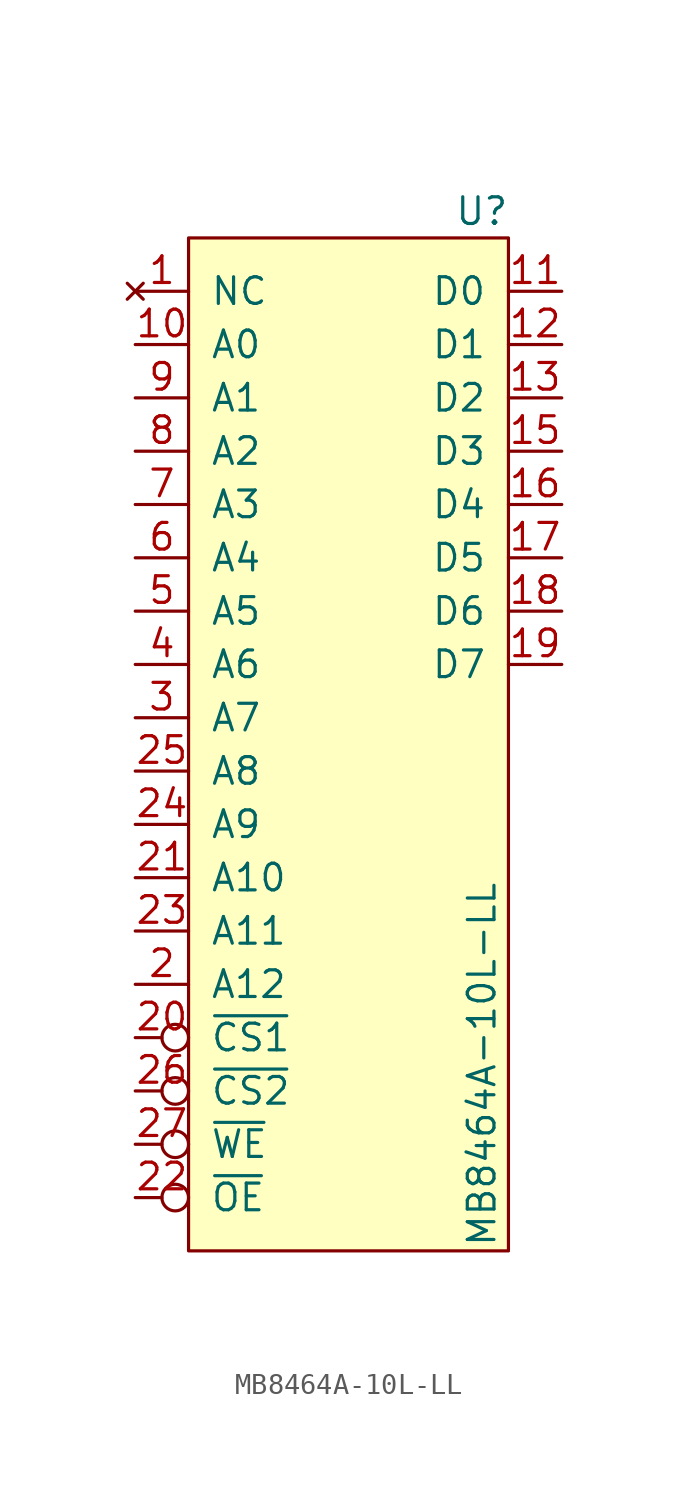
<source format=kicad_sym>
(kicad_symbol_lib
  (version 20211014)
  (generator kicad_symbol_editor)
  (symbol "MB8464A-10L-LL"
    (pin_names
      (offset 1.016))
    (property "Reference" "U"
      (at 6.35 25.4 0)
      (effects (font (size 1.27 1.27))))
    (property "Value" "MB8464A-10L-LL"
      (at 6.35 -15.24 90)
      (effects (font (size 1.27 1.27))))
    (symbol "MB8464A-10L-LL_0_1"
      (rectangle (start -7.62 24.13) (end 7.62 -24.13) (stroke (width 0) (type default) (color 0 0 0 0)) (fill (type background))))
    (symbol "MB8464A-10L-LL_1_1"
      (pin no_connect line (at -10.16 21.59 0) (length 2.54) (name "NC" (effects (font (size 1.27 1.27)))) (number "1" (effects (font (size 1.27 1.27)))))
      (pin input line (at -10.16 19.05 0) (length 2.54) (name "A0" (effects (font (size 1.27 1.27)))) (number "10" (effects (font (size 1.27 1.27)))))
      (pin bidirectional line (at 10.16 21.59 180) (length 2.54) (name "D0" (effects (font (size 1.27 1.27)))) (number "11" (effects (font (size 1.27 1.27)))))
      (pin bidirectional line (at 10.16 19.05 180) (length 2.54) (name "D1" (effects (font (size 1.27 1.27)))) (number "12" (effects (font (size 1.27 1.27)))))
      (pin bidirectional line (at 10.16 16.51 180) (length 2.54) (name "D2" (effects (font (size 1.27 1.27)))) (number "13" (effects (font (size 1.27 1.27)))))
      (pin power_in line (at 0 -24.13 90) (length 2.54) hide (name "VSS" (effects (font (size 1.27 1.27)))) (number "14" (effects (font (size 1.27 1.27)))))
      (pin bidirectional line (at 10.16 13.97 180) (length 2.54) (name "D3" (effects (font (size 1.27 1.27)))) (number "15" (effects (font (size 1.27 1.27)))))
      (pin bidirectional line (at 10.16 11.43 180) (length 2.54) (name "D4" (effects (font (size 1.27 1.27)))) (number "16" (effects (font (size 1.27 1.27)))))
      (pin bidirectional line (at 10.16 8.89 180) (length 2.54) (name "D5" (effects (font (size 1.27 1.27)))) (number "17" (effects (font (size 1.27 1.27)))))
      (pin bidirectional line (at 10.16 6.35 180) (length 2.54) (name "D6" (effects (font (size 1.27 1.27)))) (number "18" (effects (font (size 1.27 1.27)))))
      (pin bidirectional line (at 10.16 3.81 180) (length 2.54) (name "D7" (effects (font (size 1.27 1.27)))) (number "19" (effects (font (size 1.27 1.27)))))
      (pin input line (at -10.16 -11.43 0) (length 2.54) (name "A12" (effects (font (size 1.27 1.27)))) (number "2" (effects (font (size 1.27 1.27)))))
      (pin input inverted (at -10.16 -13.97 0) (length 2.54) (name "~{CS1}" (effects (font (size 1.27 1.27)))) (number "20" (effects (font (size 1.27 1.27)))))
      (pin input line (at -10.16 -6.35 0) (length 2.54) (name "A10" (effects (font (size 1.27 1.27)))) (number "21" (effects (font (size 1.27 1.27)))))
      (pin input inverted (at -10.16 -21.59 0) (length 2.54) (name "~{OE}" (effects (font (size 1.27 1.27)))) (number "22" (effects (font (size 1.27 1.27)))))
      (pin input line (at -10.16 -8.89 0) (length 2.54) (name "A11" (effects (font (size 1.27 1.27)))) (number "23" (effects (font (size 1.27 1.27)))))
      (pin input line (at -10.16 -3.81 0) (length 2.54) (name "A9" (effects (font (size 1.27 1.27)))) (number "24" (effects (font (size 1.27 1.27)))))
      (pin input line (at -10.16 -1.27 0) (length 2.54) (name "A8" (effects (font (size 1.27 1.27)))) (number "25" (effects (font (size 1.27 1.27)))))
      (pin input inverted (at -10.16 -16.51 0) (length 2.54) (name "~{CS2}" (effects (font (size 1.27 1.27)))) (number "26" (effects (font (size 1.27 1.27)))))
      (pin input inverted (at -10.16 -19.05 0) (length 2.54) (name "~{WE}" (effects (font (size 1.27 1.27)))) (number "27" (effects (font (size 1.27 1.27)))))
      (pin power_in line (at 0 24.13 270) (length 2.54) hide (name "VCC" (effects (font (size 1.27 1.27)))) (number "28" (effects (font (size 1.27 1.27)))))
      (pin input line (at -10.16 1.27 0) (length 2.54) (name "A7" (effects (font (size 1.27 1.27)))) (number "3" (effects (font (size 1.27 1.27)))))
      (pin input line (at -10.16 3.81 0) (length 2.54) (name "A6" (effects (font (size 1.27 1.27)))) (number "4" (effects (font (size 1.27 1.27)))))
      (pin input line (at -10.16 6.35 0) (length 2.54) (name "A5" (effects (font (size 1.27 1.27)))) (number "5" (effects (font (size 1.27 1.27)))))
      (pin input line (at -10.16 8.89 0) (length 2.54) (name "A4" (effects (font (size 1.27 1.27)))) (number "6" (effects (font (size 1.27 1.27)))))
      (pin input line (at -10.16 11.43 0) (length 2.54) (name "A3" (effects (font (size 1.27 1.27)))) (number "7" (effects (font (size 1.27 1.27)))))
      (pin input line (at -10.16 13.97 0) (length 2.54) (name "A2" (effects (font (size 1.27 1.27)))) (number "8" (effects (font (size 1.27 1.27)))))
      (pin input line (at -10.16 16.51 0) (length 2.54) (name "A1" (effects (font (size 1.27 1.27)))) (number "9" (effects (font (size 1.27 1.27))))))))
</source>
